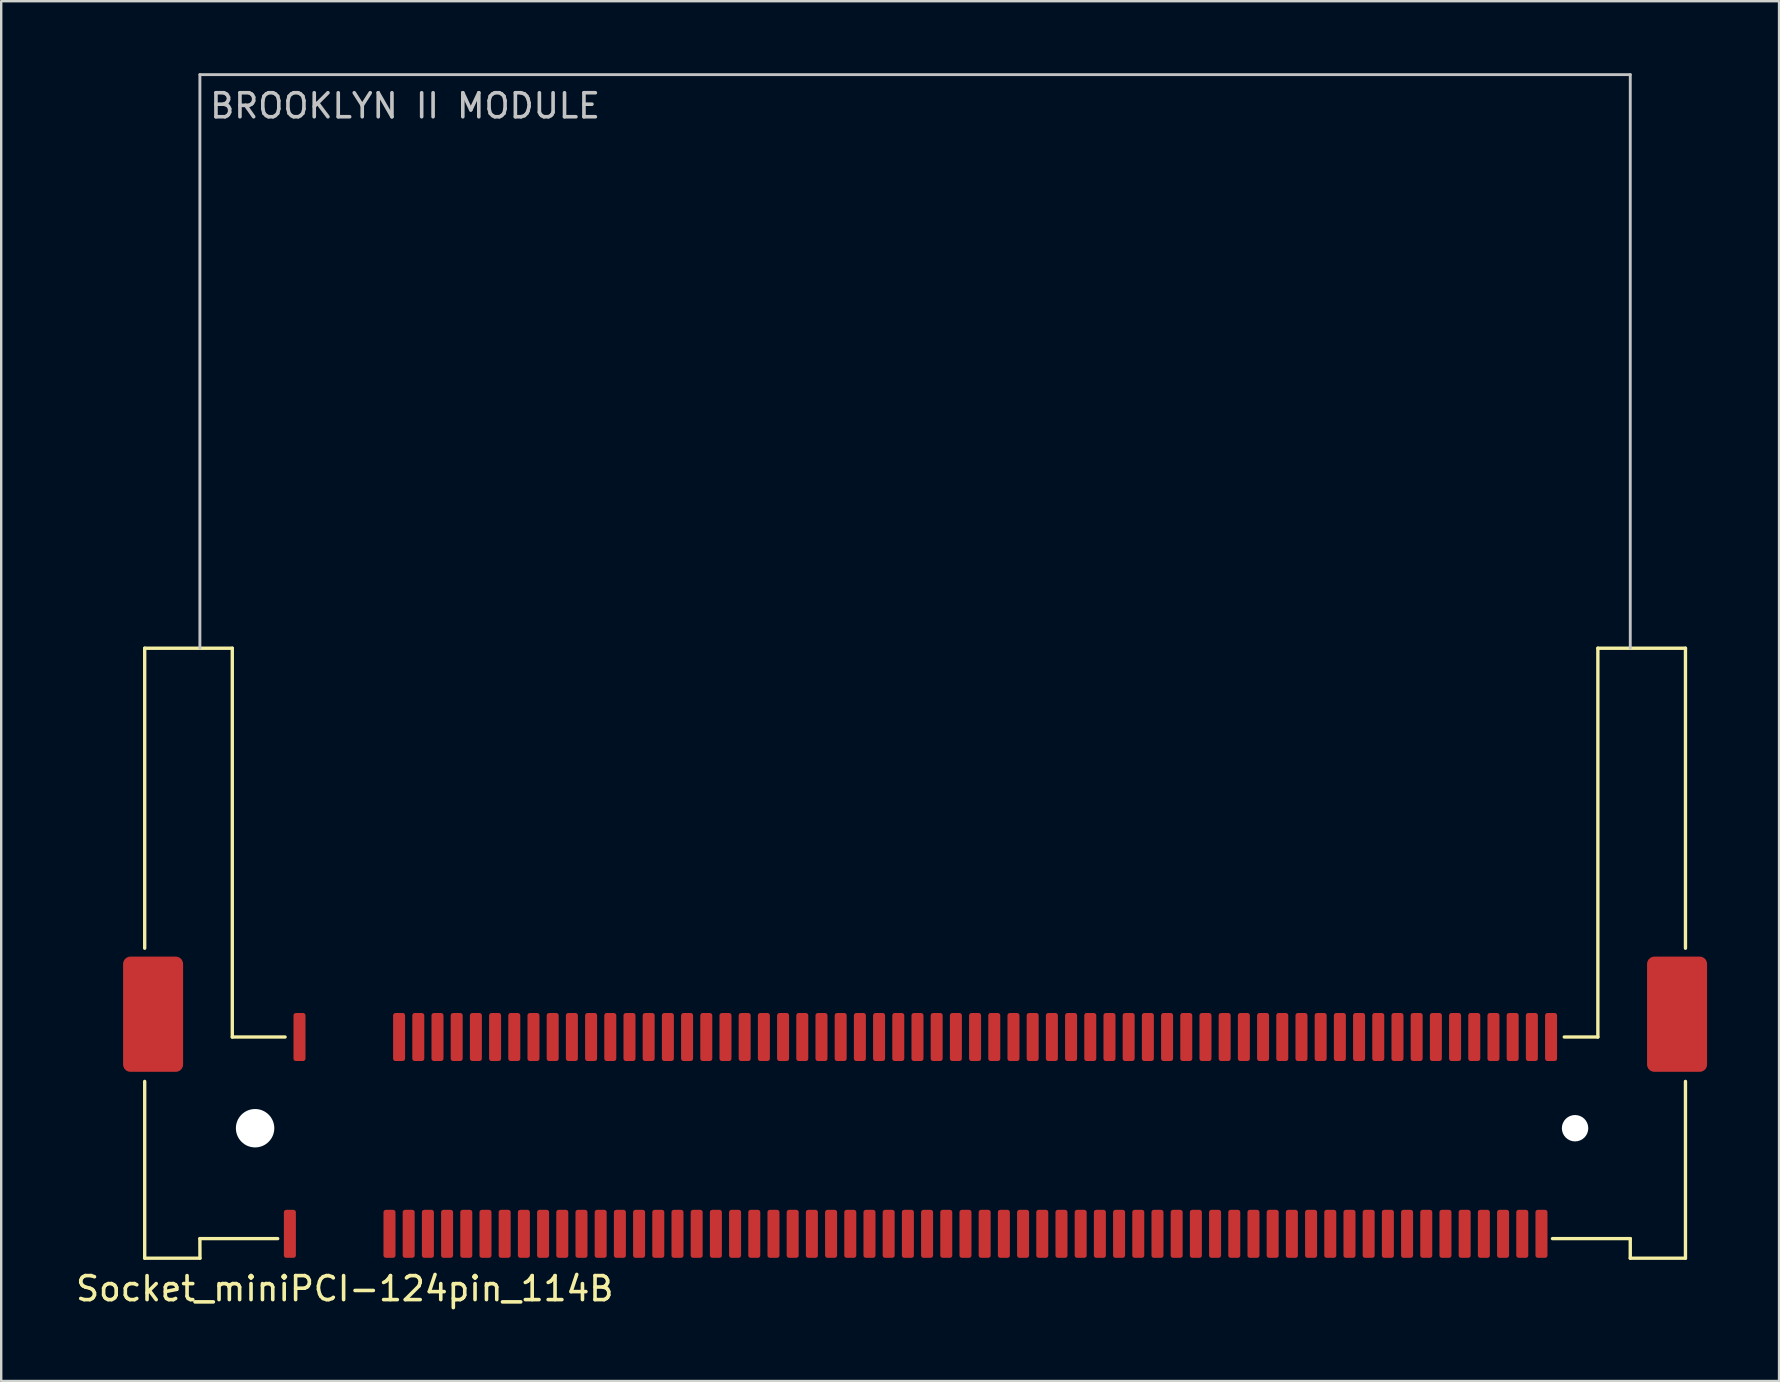
<source format=kicad_pcb>
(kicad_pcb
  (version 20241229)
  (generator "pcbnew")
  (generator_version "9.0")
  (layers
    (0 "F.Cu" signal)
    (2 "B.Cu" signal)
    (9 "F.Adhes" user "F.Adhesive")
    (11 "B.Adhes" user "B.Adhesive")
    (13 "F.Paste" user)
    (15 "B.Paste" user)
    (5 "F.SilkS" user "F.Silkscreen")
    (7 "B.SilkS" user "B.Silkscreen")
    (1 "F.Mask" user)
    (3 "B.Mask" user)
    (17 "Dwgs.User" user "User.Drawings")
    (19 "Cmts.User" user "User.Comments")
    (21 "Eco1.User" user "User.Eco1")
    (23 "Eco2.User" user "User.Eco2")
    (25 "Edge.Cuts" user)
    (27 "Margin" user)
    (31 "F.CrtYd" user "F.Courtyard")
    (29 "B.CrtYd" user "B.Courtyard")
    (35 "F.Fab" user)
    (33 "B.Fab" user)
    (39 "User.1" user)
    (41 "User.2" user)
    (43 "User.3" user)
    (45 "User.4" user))
  (footprint "Socket_miniPCI-124pin_114B"
    (layer "F.Cu")
    (at 9.029 48.36)
    (property "Reference" "Socket_miniPCI-124pin_114B" (at 2.286 2.286 0) (layer "F.SilkS") (effects (font (size 1 1) (thickness 0.15))))
    (attr through_hole)
    (fp_line (start -6.05 -11.9) (end -6.05 -24.4) (stroke (width 0.14) (type solid)) (layer "F.SilkS"))
    (fp_line (start -6.05 1.016) (end -6.05 -6.35) (stroke (width 0.14) (type solid)) (layer "F.SilkS"))
    (fp_line (start -6.046 1.016) (end -3.747 1.016) (stroke (width 0.14) (type solid)) (layer "F.SilkS"))
    (fp_line (start -3.75 0.2) (end -0.508 0.2) (stroke (width 0.14) (type solid)) (layer "F.SilkS"))
    (fp_line (start -3.747 1.016) (end -3.75 0.2) (stroke (width 0.14) (type solid)) (layer "F.SilkS"))
    (fp_line (start -2.4 -24.4) (end -6.05 -24.4) (stroke (width 0.14) (type solid)) (layer "F.SilkS"))
    (fp_line (start -2.4 -24.4) (end -2.4 -8.2) (stroke (width 0.14) (type solid)) (layer "F.SilkS"))
    (fp_line (start -2.4 -8.2) (end -0.2 -8.2) (stroke (width 0.14) (type solid)) (layer "F.SilkS"))
    (fp_line (start 52.608 0.2) (end 55.85 0.2) (stroke (width 0.14) (type solid)) (layer "F.SilkS"))
    (fp_line (start 53.1 -8.2) (end 54.5 -8.2) (stroke (width 0.14) (type solid)) (layer "F.SilkS"))
    (fp_line (start 54.5 -24.4) (end 54.5 -8.2) (stroke (width 0.14) (type solid)) (layer "F.SilkS"))
    (fp_line (start 55.85 1.016) (end 55.85 0.2) (stroke (width 0.14) (type solid)) (layer "F.SilkS"))
    (fp_line (start 55.85 1.016) (end 58.15 1.016) (stroke (width 0.14) (type solid)) (layer "F.SilkS"))
    (fp_line (start 58.15 -24.4) (end 54.5 -24.4) (stroke (width 0.14) (type solid)) (layer "F.SilkS"))
    (fp_line (start 58.15 -11.9) (end 58.15 -24.4) (stroke (width 0.14) (type solid)) (layer "F.SilkS"))
    (fp_line (start 58.15 1.016) (end 58.15 -6.35) (stroke (width 0.14) (type solid)) (layer "F.SilkS"))
    (fp_line (start -3.75 -24.4) (end -3.75 -48.3) (stroke (width 0.12) (type solid)) (layer "Dwgs.User"))
    (fp_line (start 55.85 -48.3) (end -3.75 -48.3) (stroke (width 0.12) (type solid)) (layer "Dwgs.User"))
    (fp_line (start 55.85 -24.4) (end 55.85 -48.3) (stroke (width 0.12) (type solid)) (layer "Dwgs.User"))
    (fp_text user "BROOKLYN II MODULE" (at 4.8 -47 0) (layer "Dwgs.User") (effects (font (size 1 1) (thickness 0.15))))
    (pad "" np_thru_hole circle (at -1.45 -4.4) (size 1.6 1.6) (drill 1.6) (layers "*.Cu" "*.Mask"))
    (pad "" np_thru_hole circle (at 53.55 -4.4) (size 1.1 1.1) (drill 1.1) (layers "*.Cu" "*.Mask"))
    (pad "1" smd roundrect (at 0 0) (size 0.5 2) (layers "F.Cu" "F.Mask" "F.Paste") (roundrect_rratio 0.2))
    (pad "2" smd roundrect (at 0.4 -8.2) (size 0.5 2) (layers "F.Cu" "F.Mask" "F.Paste") (roundrect_rratio 0.2))
    (pad "3" smd roundrect (at 4.15 0) (size 0.5 2) (layers "F.Cu" "F.Mask" "F.Paste") (roundrect_rratio 0.2))
    (pad "4" smd roundrect (at 4.55 -8.2) (size 0.5 2) (layers "F.Cu" "F.Mask" "F.Paste") (roundrect_rratio 0.2))
    (pad "5" smd roundrect (at 4.95 0) (size 0.5 2) (layers "F.Cu" "F.Mask" "F.Paste") (roundrect_rratio 0.2))
    (pad "6" smd roundrect (at 5.35 -8.2) (size 0.5 2) (layers "F.Cu" "F.Mask" "F.Paste") (roundrect_rratio 0.2))
    (pad "7" smd roundrect (at 5.75 0) (size 0.5 2) (layers "F.Cu" "F.Mask" "F.Paste") (roundrect_rratio 0.2))
    (pad "8" smd roundrect (at 6.15 -8.2) (size 0.5 2) (layers "F.Cu" "F.Mask" "F.Paste") (roundrect_rratio 0.2))
    (pad "9" smd roundrect (at 6.55 0) (size 0.5 2) (layers "F.Cu" "F.Mask" "F.Paste") (roundrect_rratio 0.2))
    (pad "10" smd roundrect (at 6.95 -8.2) (size 0.5 2) (layers "F.Cu" "F.Mask" "F.Paste") (roundrect_rratio 0.2))
    (pad "11" smd roundrect (at 7.35 0) (size 0.5 2) (layers "F.Cu" "F.Mask" "F.Paste") (roundrect_rratio 0.2))
    (pad "12" smd roundrect (at 7.75 -8.2) (size 0.5 2) (layers "F.Cu" "F.Mask" "F.Paste") (roundrect_rratio 0.2))
    (pad "13" smd roundrect (at 8.15 0) (size 0.5 2) (layers "F.Cu" "F.Mask" "F.Paste") (roundrect_rratio 0.2))
    (pad "14" smd roundrect (at 8.55 -8.2) (size 0.5 2) (layers "F.Cu" "F.Mask" "F.Paste") (roundrect_rratio 0.2))
    (pad "15" smd roundrect (at 8.95 0) (size 0.5 2) (layers "F.Cu" "F.Mask" "F.Paste") (roundrect_rratio 0.2))
    (pad "16" smd roundrect (at 9.35 -8.2) (size 0.5 2) (layers "F.Cu" "F.Mask" "F.Paste") (roundrect_rratio 0.2))
    (pad "17" smd roundrect (at 9.75 0) (size 0.5 2) (layers "F.Cu" "F.Mask" "F.Paste") (roundrect_rratio 0.2))
    (pad "18" smd roundrect (at 10.15 -8.2) (size 0.5 2) (layers "F.Cu" "F.Mask" "F.Paste") (roundrect_rratio 0.2))
    (pad "19" smd roundrect (at 10.55 0) (size 0.5 2) (layers "F.Cu" "F.Mask" "F.Paste") (roundrect_rratio 0.2))
    (pad "20" smd roundrect (at 10.95 -8.2) (size 0.5 2) (layers "F.Cu" "F.Mask" "F.Paste") (roundrect_rratio 0.2))
    (pad "21" smd roundrect (at 11.35 0) (size 0.5 2) (layers "F.Cu" "F.Mask" "F.Paste") (roundrect_rratio 0.2))
    (pad "22" smd roundrect (at 11.75 -8.2) (size 0.5 2) (layers "F.Cu" "F.Mask" "F.Paste") (roundrect_rratio 0.2))
    (pad "23" smd roundrect (at 12.15 0) (size 0.5 2) (layers "F.Cu" "F.Mask" "F.Paste") (roundrect_rratio 0.2))
    (pad "24" smd roundrect (at 12.55 -8.2) (size 0.5 2) (layers "F.Cu" "F.Mask" "F.Paste") (roundrect_rratio 0.2))
    (pad "25" smd roundrect (at 12.95 0) (size 0.5 2) (layers "F.Cu" "F.Mask" "F.Paste") (roundrect_rratio 0.2))
    (pad "26" smd roundrect (at 13.35 -8.2) (size 0.5 2) (layers "F.Cu" "F.Mask" "F.Paste") (roundrect_rratio 0.2))
    (pad "27" smd roundrect (at 13.75 0) (size 0.5 2) (layers "F.Cu" "F.Mask" "F.Paste") (roundrect_rratio 0.2))
    (pad "28" smd roundrect (at 14.15 -8.2) (size 0.5 2) (layers "F.Cu" "F.Mask" "F.Paste") (roundrect_rratio 0.2))
    (pad "29" smd roundrect (at 14.55 0) (size 0.5 2) (layers "F.Cu" "F.Mask" "F.Paste") (roundrect_rratio 0.2))
    (pad "30" smd roundrect (at 14.95 -8.2) (size 0.5 2) (layers "F.Cu" "F.Mask" "F.Paste") (roundrect_rratio 0.2))
    (pad "31" smd roundrect (at 15.35 0) (size 0.5 2) (layers "F.Cu" "F.Mask" "F.Paste") (roundrect_rratio 0.2))
    (pad "32" smd roundrect (at 15.75 -8.2) (size 0.5 2) (layers "F.Cu" "F.Mask" "F.Paste") (roundrect_rratio 0.2))
    (pad "33" smd roundrect (at 16.15 0) (size 0.5 2) (layers "F.Cu" "F.Mask" "F.Paste") (roundrect_rratio 0.2))
    (pad "34" smd roundrect (at 16.55 -8.2) (size 0.5 2) (layers "F.Cu" "F.Mask" "F.Paste") (roundrect_rratio 0.2))
    (pad "35" smd roundrect (at 16.95 0) (size 0.5 2) (layers "F.Cu" "F.Mask" "F.Paste") (roundrect_rratio 0.2))
    (pad "36" smd roundrect (at 17.35 -8.2) (size 0.5 2) (layers "F.Cu" "F.Mask" "F.Paste") (roundrect_rratio 0.2))
    (pad "37" smd roundrect (at 17.75 0) (size 0.5 2) (layers "F.Cu" "F.Mask" "F.Paste") (roundrect_rratio 0.2))
    (pad "38" smd roundrect (at 18.15 -8.2) (size 0.5 2) (layers "F.Cu" "F.Mask" "F.Paste") (roundrect_rratio 0.2))
    (pad "39" smd roundrect (at 18.55 0) (size 0.5 2) (layers "F.Cu" "F.Mask" "F.Paste") (roundrect_rratio 0.2))
    (pad "40" smd roundrect (at 18.95 -8.2) (size 0.5 2) (layers "F.Cu" "F.Mask" "F.Paste") (roundrect_rratio 0.2))
    (pad "41" smd roundrect (at 19.35 0) (size 0.5 2) (layers "F.Cu" "F.Mask" "F.Paste") (roundrect_rratio 0.2))
    (pad "42" smd roundrect (at 19.75 -8.2) (size 0.5 2) (layers "F.Cu" "F.Mask" "F.Paste") (roundrect_rratio 0.2))
    (pad "43" smd roundrect (at 20.15 0) (size 0.5 2) (layers "F.Cu" "F.Mask" "F.Paste") (roundrect_rratio 0.2))
    (pad "44" smd roundrect (at 20.55 -8.2) (size 0.5 2) (layers "F.Cu" "F.Mask" "F.Paste") (roundrect_rratio 0.2))
    (pad "45" smd roundrect (at 20.95 0) (size 0.5 2) (layers "F.Cu" "F.Mask" "F.Paste") (roundrect_rratio 0.2))
    (pad "46" smd roundrect (at 21.35 -8.2) (size 0.5 2) (layers "F.Cu" "F.Mask" "F.Paste") (roundrect_rratio 0.2))
    (pad "47" smd roundrect (at 21.75 0) (size 0.5 2) (layers "F.Cu" "F.Mask" "F.Paste") (roundrect_rratio 0.2))
    (pad "48" smd roundrect (at 22.15 -8.2) (size 0.5 2) (layers "F.Cu" "F.Mask" "F.Paste") (roundrect_rratio 0.2))
    (pad "49" smd roundrect (at 22.55 0) (size 0.5 2) (layers "F.Cu" "F.Mask" "F.Paste") (roundrect_rratio 0.2))
    (pad "50" smd roundrect (at 22.95 -8.2) (size 0.5 2) (layers "F.Cu" "F.Mask" "F.Paste") (roundrect_rratio 0.2))
    (pad "51" smd roundrect (at 23.35 0) (size 0.5 2) (layers "F.Cu" "F.Mask" "F.Paste") (roundrect_rratio 0.2))
    (pad "52" smd roundrect (at 23.75 -8.2) (size 0.5 2) (layers "F.Cu" "F.Mask" "F.Paste") (roundrect_rratio 0.2))
    (pad "53" smd roundrect (at 24.15 0) (size 0.5 2) (layers "F.Cu" "F.Mask" "F.Paste") (roundrect_rratio 0.2))
    (pad "54" smd roundrect (at 24.55 -8.2) (size 0.5 2) (layers "F.Cu" "F.Mask" "F.Paste") (roundrect_rratio 0.2))
    (pad "55" smd roundrect (at 24.95 0) (size 0.5 2) (layers "F.Cu" "F.Mask" "F.Paste") (roundrect_rratio 0.2))
    (pad "56" smd roundrect (at 25.35 -8.2) (size 0.5 2) (layers "F.Cu" "F.Mask" "F.Paste") (roundrect_rratio 0.2))
    (pad "57" smd roundrect (at 25.75 0) (size 0.5 2) (layers "F.Cu" "F.Mask" "F.Paste") (roundrect_rratio 0.2))
    (pad "58" smd roundrect (at 26.15 -8.2) (size 0.5 2) (layers "F.Cu" "F.Mask" "F.Paste") (roundrect_rratio 0.2))
    (pad "59" smd roundrect (at 26.55 0) (size 0.5 2) (layers "F.Cu" "F.Mask" "F.Paste") (roundrect_rratio 0.2))
    (pad "60" smd roundrect (at 26.95 -8.2) (size 0.5 2) (layers "F.Cu" "F.Mask" "F.Paste") (roundrect_rratio 0.2))
    (pad "61" smd roundrect (at 27.35 0) (size 0.5 2) (layers "F.Cu" "F.Mask" "F.Paste") (roundrect_rratio 0.2))
    (pad "62" smd roundrect (at 27.75 -8.2) (size 0.5 2) (layers "F.Cu" "F.Mask" "F.Paste") (roundrect_rratio 0.2))
    (pad "63" smd roundrect (at 28.15 0) (size 0.5 2) (layers "F.Cu" "F.Mask" "F.Paste") (roundrect_rratio 0.2))
    (pad "64" smd roundrect (at 28.55 -8.2) (size 0.5 2) (layers "F.Cu" "F.Mask" "F.Paste") (roundrect_rratio 0.2))
    (pad "65" smd roundrect (at 28.95 0) (size 0.5 2) (layers "F.Cu" "F.Mask" "F.Paste") (roundrect_rratio 0.2))
    (pad "66" smd roundrect (at 29.35 -8.2) (size 0.5 2) (layers "F.Cu" "F.Mask" "F.Paste") (roundrect_rratio 0.2))
    (pad "67" smd roundrect (at 29.75 0) (size 0.5 2) (layers "F.Cu" "F.Mask" "F.Paste") (roundrect_rratio 0.2))
    (pad "68" smd roundrect (at 30.15 -8.2) (size 0.5 2) (layers "F.Cu" "F.Mask" "F.Paste") (roundrect_rratio 0.2))
    (pad "69" smd roundrect (at 30.55 0) (size 0.5 2) (layers "F.Cu" "F.Mask" "F.Paste") (roundrect_rratio 0.2))
    (pad "70" smd roundrect (at 30.95 -8.2) (size 0.5 2) (layers "F.Cu" "F.Mask" "F.Paste") (roundrect_rratio 0.2))
    (pad "71" smd roundrect (at 31.35 0) (size 0.5 2) (layers "F.Cu" "F.Mask" "F.Paste") (roundrect_rratio 0.2))
    (pad "72" smd roundrect (at 31.75 -8.2) (size 0.5 2) (layers "F.Cu" "F.Mask" "F.Paste") (roundrect_rratio 0.2))
    (pad "73" smd roundrect (at 32.15 0) (size 0.5 2) (layers "F.Cu" "F.Mask" "F.Paste") (roundrect_rratio 0.2))
    (pad "74" smd roundrect (at 32.55 -8.2) (size 0.5 2) (layers "F.Cu" "F.Mask" "F.Paste") (roundrect_rratio 0.2))
    (pad "75" smd roundrect (at 32.95 0) (size 0.5 2) (layers "F.Cu" "F.Mask" "F.Paste") (roundrect_rratio 0.2))
    (pad "76" smd roundrect (at 33.35 -8.2) (size 0.5 2) (layers "F.Cu" "F.Mask" "F.Paste") (roundrect_rratio 0.2))
    (pad "77" smd roundrect (at 33.75 0) (size 0.5 2) (layers "F.Cu" "F.Mask" "F.Paste") (roundrect_rratio 0.2))
    (pad "78" smd roundrect (at 34.15 -8.2) (size 0.5 2) (layers "F.Cu" "F.Mask" "F.Paste") (roundrect_rratio 0.2))
    (pad "79" smd roundrect (at 34.55 0) (size 0.5 2) (layers "F.Cu" "F.Mask" "F.Paste") (roundrect_rratio 0.2))
    (pad "80" smd roundrect (at 34.95 -8.2) (size 0.5 2) (layers "F.Cu" "F.Mask" "F.Paste") (roundrect_rratio 0.2))
    (pad "81" smd roundrect (at 35.35 0) (size 0.5 2) (layers "F.Cu" "F.Mask" "F.Paste") (roundrect_rratio 0.2))
    (pad "82" smd roundrect (at 35.75 -8.2) (size 0.5 2) (layers "F.Cu" "F.Mask" "F.Paste") (roundrect_rratio 0.2))
    (pad "83" smd roundrect (at 36.15 0) (size 0.5 2) (layers "F.Cu" "F.Mask" "F.Paste") (roundrect_rratio 0.2))
    (pad "84" smd roundrect (at 36.55 -8.2) (size 0.5 2) (layers "F.Cu" "F.Mask" "F.Paste") (roundrect_rratio 0.2))
    (pad "85" smd roundrect (at 36.95 0) (size 0.5 2) (layers "F.Cu" "F.Mask" "F.Paste") (roundrect_rratio 0.2))
    (pad "86" smd roundrect (at 37.35 -8.2) (size 0.5 2) (layers "F.Cu" "F.Mask" "F.Paste") (roundrect_rratio 0.2))
    (pad "87" smd roundrect (at 37.75 0) (size 0.5 2) (layers "F.Cu" "F.Mask" "F.Paste") (roundrect_rratio 0.2))
    (pad "88" smd roundrect (at 38.15 -8.2) (size 0.5 2) (layers "F.Cu" "F.Mask" "F.Paste") (roundrect_rratio 0.2))
    (pad "89" smd roundrect (at 38.55 0) (size 0.5 2) (layers "F.Cu" "F.Mask" "F.Paste") (roundrect_rratio 0.2))
    (pad "90" smd roundrect (at 38.95 -8.2) (size 0.5 2) (layers "F.Cu" "F.Mask" "F.Paste") (roundrect_rratio 0.2))
    (pad "91" smd roundrect (at 39.35 0) (size 0.5 2) (layers "F.Cu" "F.Mask" "F.Paste") (roundrect_rratio 0.2))
    (pad "92" smd roundrect (at 39.75 -8.2) (size 0.5 2) (layers "F.Cu" "F.Mask" "F.Paste") (roundrect_rratio 0.2))
    (pad "93" smd roundrect (at 40.15 0) (size 0.5 2) (layers "F.Cu" "F.Mask" "F.Paste") (roundrect_rratio 0.2))
    (pad "94" smd roundrect (at 40.55 -8.2) (size 0.5 2) (layers "F.Cu" "F.Mask" "F.Paste") (roundrect_rratio 0.2))
    (pad "95" smd roundrect (at 40.95 0) (size 0.5 2) (layers "F.Cu" "F.Mask" "F.Paste") (roundrect_rratio 0.2))
    (pad "96" smd roundrect (at 41.35 -8.2) (size 0.5 2) (layers "F.Cu" "F.Mask" "F.Paste") (roundrect_rratio 0.2))
    (pad "97" smd roundrect (at 41.75 0) (size 0.5 2) (layers "F.Cu" "F.Mask" "F.Paste") (roundrect_rratio 0.2))
    (pad "98" smd roundrect (at 42.15 -8.2) (size 0.5 2) (layers "F.Cu" "F.Mask" "F.Paste") (roundrect_rratio 0.2))
    (pad "99" smd roundrect (at 42.55 0) (size 0.5 2) (layers "F.Cu" "F.Mask" "F.Paste") (roundrect_rratio 0.2))
    (pad "100" smd roundrect (at 42.95 -8.2) (size 0.5 2) (layers "F.Cu" "F.Mask" "F.Paste") (roundrect_rratio 0.2))
    (pad "101" smd roundrect (at 43.35 0) (size 0.5 2) (layers "F.Cu" "F.Mask" "F.Paste") (roundrect_rratio 0.2))
    (pad "102" smd roundrect (at 43.75 -8.2) (size 0.5 2) (layers "F.Cu" "F.Mask" "F.Paste") (roundrect_rratio 0.2))
    (pad "103" smd roundrect (at 44.15 0) (size 0.5 2) (layers "F.Cu" "F.Mask" "F.Paste") (roundrect_rratio 0.2))
    (pad "104" smd roundrect (at 44.55 -8.2) (size 0.5 2) (layers "F.Cu" "F.Mask" "F.Paste") (roundrect_rratio 0.2))
    (pad "105" smd roundrect (at 44.95 0) (size 0.5 2) (layers "F.Cu" "F.Mask" "F.Paste") (roundrect_rratio 0.2))
    (pad "106" smd roundrect (at 45.35 -8.2) (size 0.5 2) (layers "F.Cu" "F.Mask" "F.Paste") (roundrect_rratio 0.2))
    (pad "107" smd roundrect (at 45.75 0) (size 0.5 2) (layers "F.Cu" "F.Mask" "F.Paste") (roundrect_rratio 0.2))
    (pad "108" smd roundrect (at 46.15 -8.2) (size 0.5 2) (layers "F.Cu" "F.Mask" "F.Paste") (roundrect_rratio 0.2))
    (pad "109" smd roundrect (at 46.55 0) (size 0.5 2) (layers "F.Cu" "F.Mask" "F.Paste") (roundrect_rratio 0.2))
    (pad "110" smd roundrect (at 46.95 -8.2) (size 0.5 2) (layers "F.Cu" "F.Mask" "F.Paste") (roundrect_rratio 0.2))
    (pad "111" smd roundrect (at 47.35 0) (size 0.5 2) (layers "F.Cu" "F.Mask" "F.Paste") (roundrect_rratio 0.2))
    (pad "112" smd roundrect (at 47.75 -8.2) (size 0.5 2) (layers "F.Cu" "F.Mask" "F.Paste") (roundrect_rratio 0.2))
    (pad "113" smd roundrect (at 48.15 0) (size 0.5 2) (layers "F.Cu" "F.Mask" "F.Paste") (roundrect_rratio 0.2))
    (pad "114" smd roundrect (at 48.55 -8.2) (size 0.5 2) (layers "F.Cu" "F.Mask" "F.Paste") (roundrect_rratio 0.2))
    (pad "115" smd roundrect (at 48.95 0) (size 0.5 2) (layers "F.Cu" "F.Mask" "F.Paste") (roundrect_rratio 0.2))
    (pad "116" smd roundrect (at 49.35 -8.2) (size 0.5 2) (layers "F.Cu" "F.Mask" "F.Paste") (roundrect_rratio 0.2))
    (pad "117" smd roundrect (at 49.75 0) (size 0.5 2) (layers "F.Cu" "F.Mask" "F.Paste") (roundrect_rratio 0.2))
    (pad "118" smd roundrect (at 50.15 -8.2) (size 0.5 2) (layers "F.Cu" "F.Mask" "F.Paste") (roundrect_rratio 0.2))
    (pad "119" smd roundrect (at 50.55 0) (size 0.5 2) (layers "F.Cu" "F.Mask" "F.Paste") (roundrect_rratio 0.2))
    (pad "120" smd roundrect (at 50.95 -8.2) (size 0.5 2) (layers "F.Cu" "F.Mask" "F.Paste") (roundrect_rratio 0.2))
    (pad "121" smd roundrect (at 51.35 0) (size 0.5 2) (layers "F.Cu" "F.Mask" "F.Paste") (roundrect_rratio 0.2))
    (pad "122" smd roundrect (at 51.75 -8.2) (size 0.5 2) (layers "F.Cu" "F.Mask" "F.Paste") (roundrect_rratio 0.2))
    (pad "123" smd roundrect (at 52.15 0) (size 0.5 2) (layers "F.Cu" "F.Mask" "F.Paste") (roundrect_rratio 0.2))
    (pad "124" smd roundrect (at 52.55 -8.2) (size 0.5 2) (layers "F.Cu" "F.Mask" "F.Paste") (roundrect_rratio 0.2))
    (pad "125" smd roundrect (at 57.8 -9.15) (size 2.5 4.8) (layers "F.Cu" "F.Mask" "F.Paste") (roundrect_rratio 0.12))
    (pad "126" smd roundrect (at -5.7 -9.15) (size 2.5 4.8) (layers "F.Cu" "F.Mask" "F.Paste") (roundrect_rratio 0.12)))
  (gr_rect
    (start -3 -3)
    (end 71.079 54.494)
    (stroke (width 0.1) (type default))
    (fill no)
    (layer "Edge.Cuts")))
</source>
